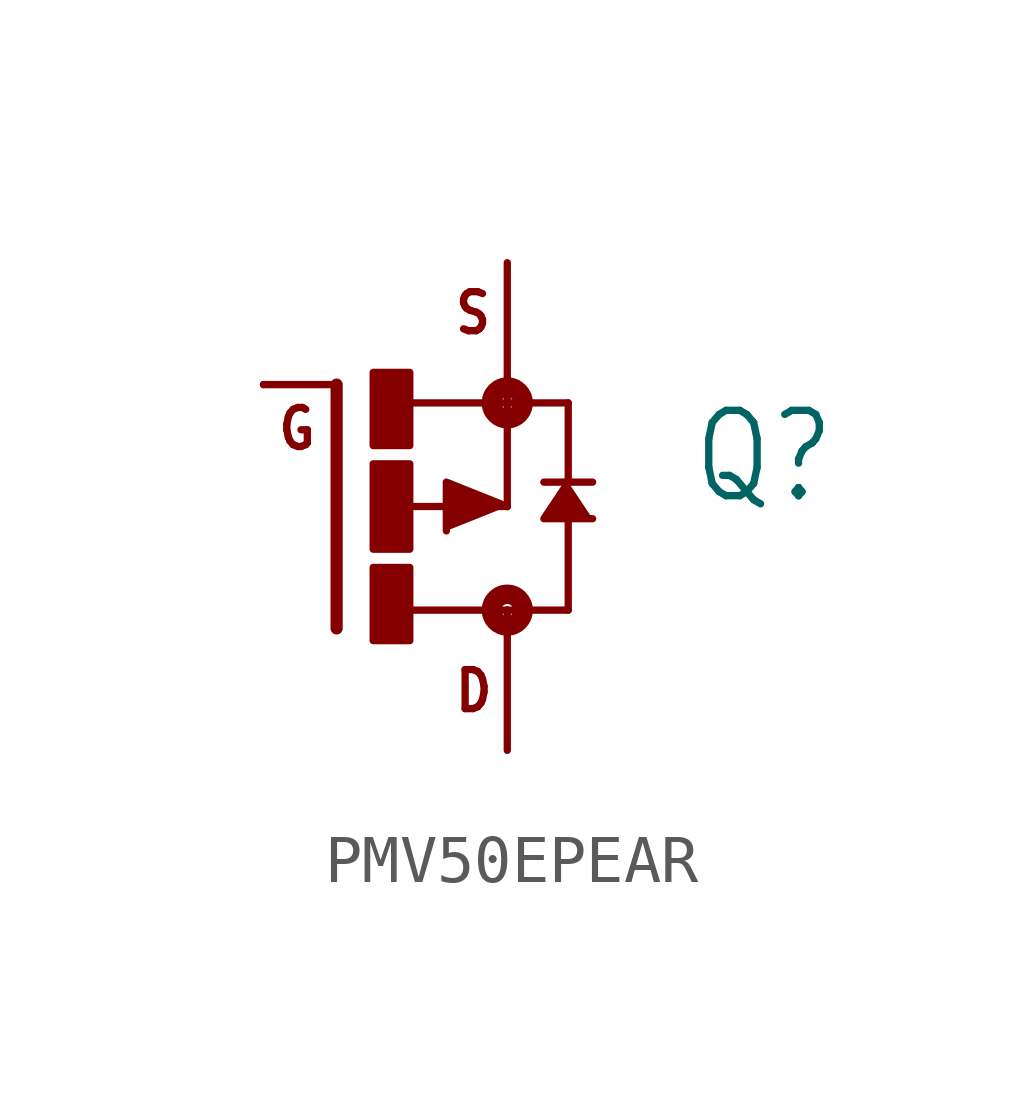
<source format=kicad_sym>
(kicad_symbol_lib
  (version 20231120)
  (generator "kicad_symbol_editor")
  (generator_version "8.0")
  (symbol "PMV50EPEAR"
    (property "Reference" "Q"
      (at 6.35 0 0)
      (effects (font (size 1.778 1.511)) (justify left bottom)))
    (property "Value" ""
      (at 6.35 -2.54 0)
      (effects (font (size 1.778 1.511)) (justify left bottom)))
    (property "ki_locked" ""
      (at 0 0 0)
      (effects (font (size 1.27 1.27))))
    (symbol "PMV50EPEAR_1_0"
      (rectangle (start -0.254 -2.794) (end 0.508 -1.27) (stroke (width 0) (type default)) (fill (type outline)))
      (rectangle (start -0.254 -0.889) (end 0.508 0.889) (stroke (width 0) (type default)) (fill (type outline)))
      (rectangle (start -0.254 1.27) (end 0.508 2.794) (stroke (width 0) (type default)) (fill (type outline)))
      (polyline (pts (xy -1.016 -2.54) (xy -1.016 2.54)) (stroke (width 0.254) (type solid)) (fill (type none)))
      (polyline (pts (xy -1.016 2.54) (xy -2.54 2.54)) (stroke (width 0.152) (type solid)) (fill (type none)))
      (polyline (pts (xy 0.381 0) (xy 2.54 0)) (stroke (width 0.152) (type solid)) (fill (type none)))
      (polyline (pts (xy 0.508 -2.159) (xy 2.54 -2.159)) (stroke (width 0.152) (type solid)) (fill (type none)))
      (polyline (pts (xy 2.54 -2.159) (xy 2.54 -2.54)) (stroke (width 0.152) (type solid)) (fill (type none)))
      (polyline (pts (xy 2.54 0) (xy 2.54 2.159)) (stroke (width 0.152) (type solid)) (fill (type none)))
      (polyline (pts (xy 2.54 2.159) (xy 0.533 2.159)) (stroke (width 0.152) (type solid)) (fill (type none)))
      (polyline (pts (xy 2.54 2.54) (xy 2.54 2.159)) (stroke (width 0.152) (type solid)) (fill (type none)))
      (polyline (pts (xy 3.302 0.508) (xy 3.81 0.508)) (stroke (width 0.152) (type solid)) (fill (type none)))
      (polyline (pts (xy 3.81 -2.159) (xy 2.54 -2.159)) (stroke (width 0.152) (type solid)) (fill (type none)))
      (polyline (pts (xy 3.81 -2.159) (xy 3.81 -0.127)) (stroke (width 0.152) (type solid)) (fill (type none)))
      (polyline (pts (xy 3.81 0.508) (xy 3.81 2.159)) (stroke (width 0.152) (type solid)) (fill (type none)))
      (polyline (pts (xy 3.81 0.508) (xy 4.318 0.508)) (stroke (width 0.152) (type solid)) (fill (type none)))
      (polyline (pts (xy 3.81 2.159) (xy 2.54 2.159)) (stroke (width 0.152) (type solid)) (fill (type none)))
      (polyline (pts (xy 2.54 0) (xy 1.27 0.508) (xy 1.27 -0.508)) (stroke (width 0.152) (type solid)) (fill (type outline)))
      (polyline (pts (xy 3.81 0.508) (xy 3.302 -0.254) (xy 4.318 -0.254)) (stroke (width 0.152) (type solid)) (fill (type outline)))
      (circle (center 2.54 -2.159) (radius 0.127) (stroke (width 0.406) (type solid)) (fill (type none)))
      (circle (center 2.54 2.159) (radius 0.127) (stroke (width 0.406) (type solid)) (fill (type none)))
      (text "D" (at 1.397 -4.318 0) (effects (font (size 0.813 0.691)) (justify left bottom)))
      (text "G" (at -2.286 1.143 0) (effects (font (size 0.813 0.691)) (justify left bottom)))
      (text "S" (at 1.397 3.556 0) (effects (font (size 0.813 0.691)) (justify left bottom)))
      (pin passive line (at -2.54 2.54 0) (length 0) (name "G" (effects (font (size 0 0)))) (number "1" (effects (font (size 0 0)))))
      (pin passive line (at 2.54 -5.08 90) (length 2.54) (name "D" (effects (font (size 0 0)))) (number "2" (effects (font (size 0 0)))))
      (pin passive line (at 2.54 5.08 270) (length 2.54) (name "S" (effects (font (size 0 0)))) (number "3" (effects (font (size 0 0))))))))
</source>
